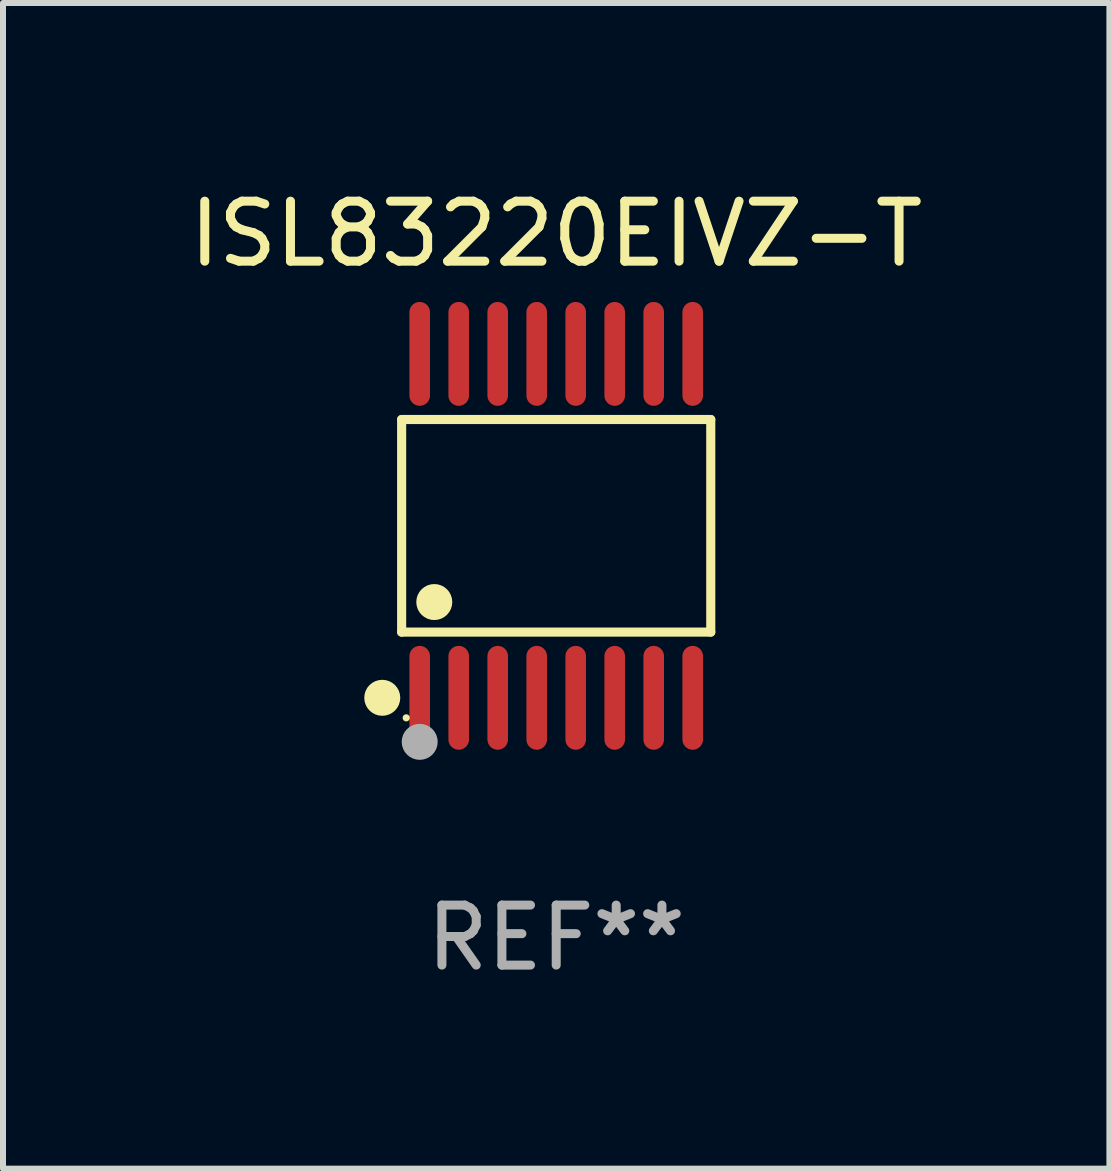
<source format=kicad_pcb>
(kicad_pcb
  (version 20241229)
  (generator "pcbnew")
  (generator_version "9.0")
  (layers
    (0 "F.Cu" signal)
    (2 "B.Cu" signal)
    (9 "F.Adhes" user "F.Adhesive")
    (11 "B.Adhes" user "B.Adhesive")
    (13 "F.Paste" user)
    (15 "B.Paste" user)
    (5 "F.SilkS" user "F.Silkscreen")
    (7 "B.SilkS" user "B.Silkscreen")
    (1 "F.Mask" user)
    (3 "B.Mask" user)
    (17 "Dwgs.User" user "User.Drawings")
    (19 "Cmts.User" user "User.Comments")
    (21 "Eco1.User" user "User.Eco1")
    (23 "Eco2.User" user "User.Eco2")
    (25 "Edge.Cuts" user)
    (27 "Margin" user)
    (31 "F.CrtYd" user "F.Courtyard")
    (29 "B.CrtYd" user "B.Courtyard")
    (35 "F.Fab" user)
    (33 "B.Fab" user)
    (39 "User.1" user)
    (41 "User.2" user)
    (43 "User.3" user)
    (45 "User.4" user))
  (footprint "ISL83220EIVZ-T"
    (layer "F.Cu")
    (at 6.22 5.714)
    (property "Reference" "ISL83220EIVZ-T" (at 0 -4.866 0) (layer "F.SilkS") (effects (font (size 1 1) (thickness 0.15))))
    (attr through_hole)
    (fp_line (start -2.576 -1.772) (end 2.576 -1.772) (stroke (width 0.152) (type solid)) (layer "F.SilkS"))
    (fp_line (start -2.576 1.771) (end -2.576 -1.772) (stroke (width 0.152) (type solid)) (layer "F.SilkS"))
    (fp_line (start 2.576 -1.772) (end 2.576 1.771) (stroke (width 0.152) (type solid)) (layer "F.SilkS"))
    (fp_line (start 2.576 1.771) (end -2.576 1.771) (stroke (width 0.152) (type solid)) (layer "F.SilkS"))
    (fp_circle (center -2.899 2.866) (end -2.749 2.866) (stroke (width 0.3) (type solid)) (fill no) (layer "F.SilkS"))
    (fp_circle (center -2.5 3.2) (end -2.47 3.2) (stroke (width 0.06) (type solid)) (fill no) (layer "F.SilkS"))
    (fp_circle (center -2.032 1.27) (end -1.882 1.27) (stroke (width 0.3) (type solid)) (fill no) (layer "F.SilkS"))
    (fp_circle (center -2.275 3.6) (end -2.125 3.6) (stroke (width 0.3) (type solid)) (fill no) (layer "F.Fab"))
    (fp_text user "REF**" (at 0 6.866 0) (layer "F.Fab") (effects (font (size 1 1) (thickness 0.15))))
    (pad "1" smd oval (at -2.275 2.866) (size 0.343 1.731) (layers "F.Cu" "F.Mask" "F.Paste"))
    (pad "2" smd oval (at -1.625 2.866) (size 0.343 1.731) (layers "F.Cu" "F.Mask" "F.Paste"))
    (pad "3" smd oval (at -0.975 2.866) (size 0.343 1.731) (layers "F.Cu" "F.Mask" "F.Paste"))
    (pad "4" smd oval (at -0.325 2.866) (size 0.343 1.731) (layers "F.Cu" "F.Mask" "F.Paste"))
    (pad "5" smd oval (at 0.325 2.866) (size 0.343 1.731) (layers "F.Cu" "F.Mask" "F.Paste"))
    (pad "6" smd oval (at 0.975 2.866) (size 0.343 1.731) (layers "F.Cu" "F.Mask" "F.Paste"))
    (pad "7" smd oval (at 1.625 2.866) (size 0.343 1.731) (layers "F.Cu" "F.Mask" "F.Paste"))
    (pad "8" smd oval (at 2.275 2.866) (size 0.343 1.731) (layers "F.Cu" "F.Mask" "F.Paste"))
    (pad "9" smd oval (at 2.275 -2.866) (size 0.343 1.731) (layers "F.Cu" "F.Mask" "F.Paste"))
    (pad "10" smd oval (at 1.625 -2.866) (size 0.343 1.731) (layers "F.Cu" "F.Mask" "F.Paste"))
    (pad "11" smd oval (at 0.975 -2.866) (size 0.343 1.731) (layers "F.Cu" "F.Mask" "F.Paste"))
    (pad "12" smd oval (at 0.325 -2.866) (size 0.343 1.731) (layers "F.Cu" "F.Mask" "F.Paste"))
    (pad "13" smd oval (at -0.325 -2.866) (size 0.343 1.731) (layers "F.Cu" "F.Mask" "F.Paste"))
    (pad "14" smd oval (at -0.975 -2.866) (size 0.343 1.731) (layers "F.Cu" "F.Mask" "F.Paste"))
    (pad "15" smd oval (at -1.625 -2.866) (size 0.343 1.731) (layers "F.Cu" "F.Mask" "F.Paste"))
    (pad "16" smd oval (at -2.275 -2.866) (size 0.343 1.731) (layers "F.Cu" "F.Mask" "F.Paste")))
  (gr_rect
    (start -3 -3)
    (end 15.44 16.428)
    (stroke (width 0.1) (type default))
    (fill no)
    (layer "Edge.Cuts")))
</source>
